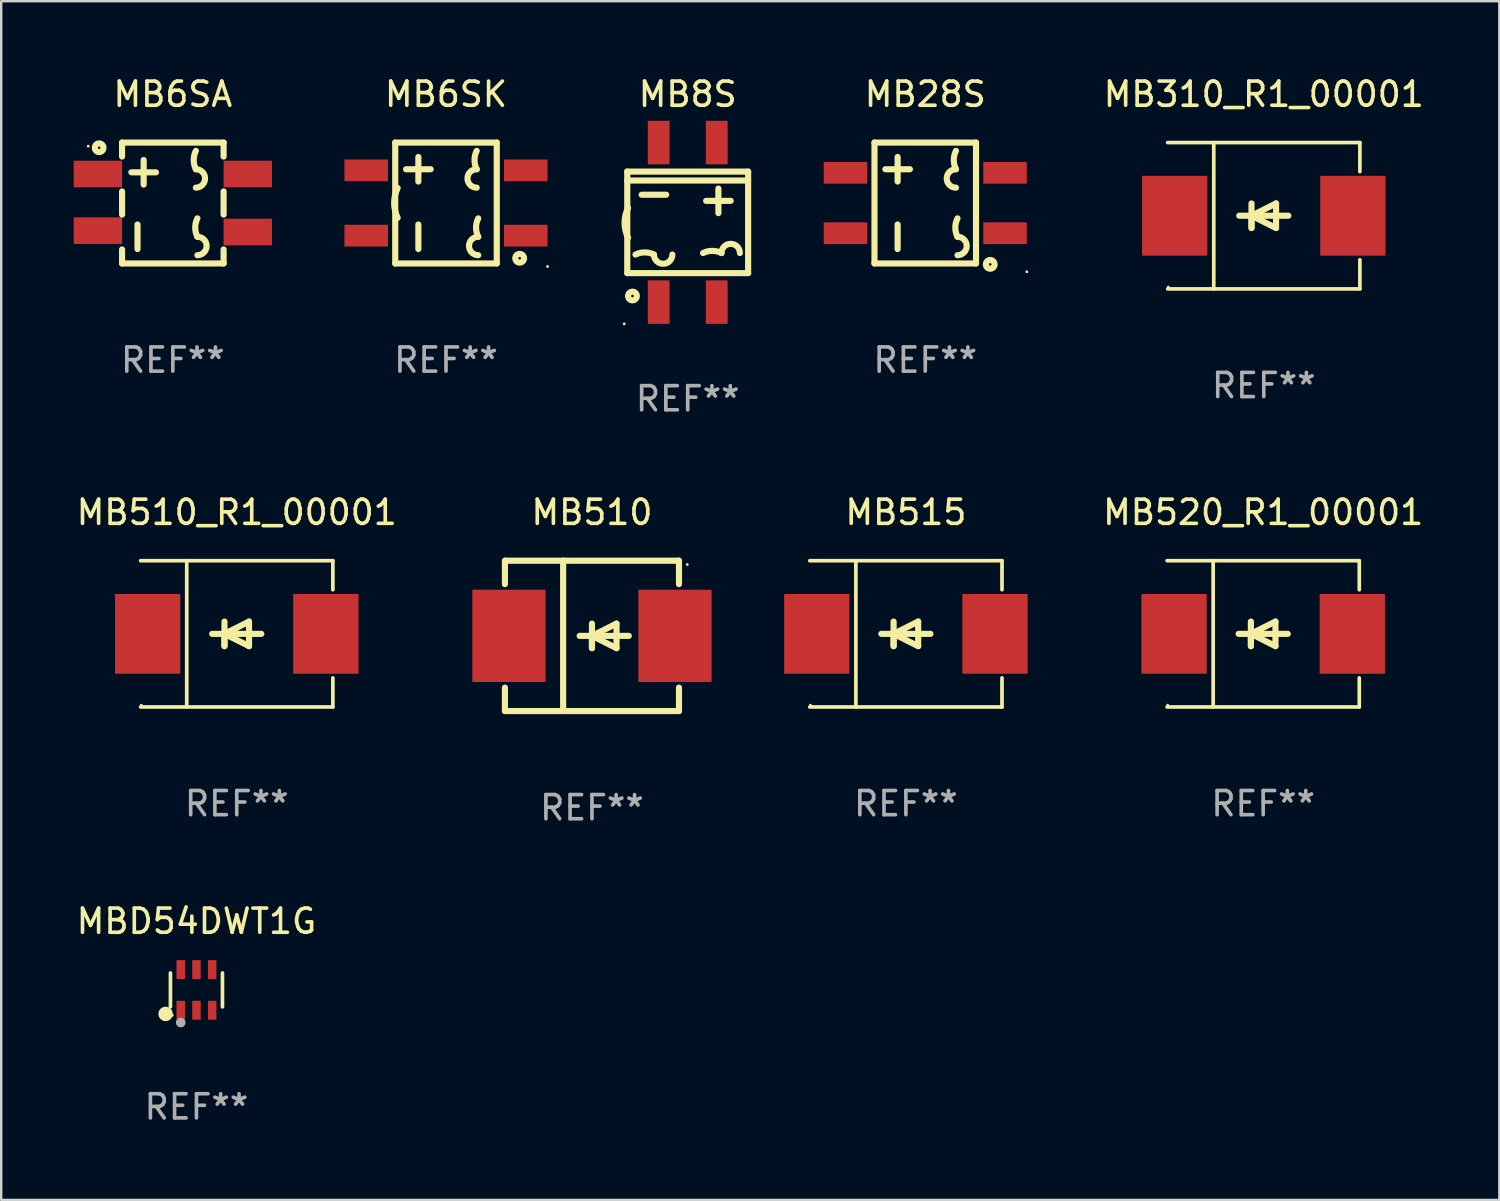
<source format=kicad_pcb>
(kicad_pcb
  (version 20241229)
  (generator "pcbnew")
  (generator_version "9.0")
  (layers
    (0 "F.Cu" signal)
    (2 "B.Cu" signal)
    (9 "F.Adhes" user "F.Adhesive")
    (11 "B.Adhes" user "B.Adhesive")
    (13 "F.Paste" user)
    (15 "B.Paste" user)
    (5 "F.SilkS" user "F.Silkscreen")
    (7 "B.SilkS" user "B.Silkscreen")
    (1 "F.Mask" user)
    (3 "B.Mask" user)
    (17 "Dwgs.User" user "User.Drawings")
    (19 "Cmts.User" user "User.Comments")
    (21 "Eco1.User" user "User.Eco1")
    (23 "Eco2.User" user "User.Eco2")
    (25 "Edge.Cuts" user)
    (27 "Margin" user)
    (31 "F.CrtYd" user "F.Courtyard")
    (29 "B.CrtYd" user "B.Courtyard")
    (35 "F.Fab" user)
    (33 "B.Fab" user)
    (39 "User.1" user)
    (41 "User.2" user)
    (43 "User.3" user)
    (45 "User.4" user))
  (footprint "MB310_R1_00001"
    (layer "F.Cu")
    (at 49.23 5.874)
    (property "Reference" "MB310_R1_00001" (at 0 -5.026 0) (layer "F.SilkS") (effects (font (size 1 1) (thickness 0.15))))
    (attr through_hole)
    (fp_line (start -3.976 -3.026) (end 3.976 -3.026) (stroke (width 0.152) (type solid)) (layer "F.SilkS"))
    (fp_line (start -3.976 3.026) (end 3.976 3.026) (stroke (width 0.152) (type solid)) (layer "F.SilkS"))
    (fp_line (start -2.069 -3.026) (end -2.069 3.026) (stroke (width 0.152) (type solid)) (layer "F.SilkS"))
    (fp_line (start -0.508 0) (end -0.508 0.508) (stroke (width 0.254) (type solid)) (layer "F.SilkS"))
    (fp_line (start -0.508 0) (end 0.508 0.508) (stroke (width 0.254) (type solid)) (layer "F.SilkS"))
    (fp_line (start -0.508 0.508) (end -0.508 -0.508) (stroke (width 0.254) (type solid)) (layer "F.SilkS"))
    (fp_line (start 0.508 -0.508) (end -0.508 0) (stroke (width 0.254) (type solid)) (layer "F.SilkS"))
    (fp_line (start 0.508 0.508) (end 0.508 -0.508) (stroke (width 0.254) (type solid)) (layer "F.SilkS"))
    (fp_line (start 1.016 0) (end -1.016 0) (stroke (width 0.254) (type solid)) (layer "F.SilkS"))
    (fp_line (start 3.976 -3.026) (end 3.976 -1.823) (stroke (width 0.152) (type solid)) (layer "F.SilkS"))
    (fp_line (start 3.976 3.026) (end 3.976 1.823) (stroke (width 0.152) (type solid)) (layer "F.SilkS"))
    (fp_circle (center -3.95 2.95) (end -3.92 2.95) (stroke (width 0.06) (type solid)) (fill no) (layer "F.SilkS"))
    (fp_text user "REF**" (at 0 7.026 0) (layer "F.Fab") (effects (font (size 1 1) (thickness 0.15))))
    (pad "1" smd rect (at -3.686 0) (size 2.7 3.3) (layers "F.Cu" "F.Mask" "F.Paste"))
    (pad "2" smd rect (at 3.686 0) (size 2.7 3.3) (layers "F.Cu" "F.Mask" "F.Paste")))
  (footprint "MB510_R1_00001"
    (layer "F.Cu")
    (at 6.744 23.171)
    (property "Reference" "MB510_R1_00001" (at 0 -5.026 0) (layer "F.SilkS") (effects (font (size 1 1) (thickness 0.15))))
    (attr through_hole)
    (fp_line (start -3.976 -3.026) (end 3.976 -3.026) (stroke (width 0.152) (type solid)) (layer "F.SilkS"))
    (fp_line (start -3.976 3.026) (end 3.976 3.026) (stroke (width 0.152) (type solid)) (layer "F.SilkS"))
    (fp_line (start -2.069 -3.026) (end -2.069 3.026) (stroke (width 0.152) (type solid)) (layer "F.SilkS"))
    (fp_line (start -0.508 0) (end -0.508 0.508) (stroke (width 0.254) (type solid)) (layer "F.SilkS"))
    (fp_line (start -0.508 0) (end 0.508 0.508) (stroke (width 0.254) (type solid)) (layer "F.SilkS"))
    (fp_line (start -0.508 0.508) (end -0.508 -0.508) (stroke (width 0.254) (type solid)) (layer "F.SilkS"))
    (fp_line (start 0.508 -0.508) (end -0.508 0) (stroke (width 0.254) (type solid)) (layer "F.SilkS"))
    (fp_line (start 0.508 0.508) (end 0.508 -0.508) (stroke (width 0.254) (type solid)) (layer "F.SilkS"))
    (fp_line (start 1.016 0) (end -1.016 0) (stroke (width 0.254) (type solid)) (layer "F.SilkS"))
    (fp_line (start 3.976 -3.026) (end 3.976 -1.823) (stroke (width 0.152) (type solid)) (layer "F.SilkS"))
    (fp_line (start 3.976 3.026) (end 3.976 1.823) (stroke (width 0.152) (type solid)) (layer "F.SilkS"))
    (fp_circle (center -3.95 2.95) (end -3.92 2.95) (stroke (width 0.06) (type solid)) (fill no) (layer "F.SilkS"))
    (fp_text user "REF**" (at 0 7.026 0) (layer "F.Fab") (effects (font (size 1 1) (thickness 0.15))))
    (pad "1" smd rect (at -3.686 0) (size 2.7 3.3) (layers "F.Cu" "F.Mask" "F.Paste"))
    (pad "2" smd rect (at 3.686 0) (size 2.7 3.3) (layers "F.Cu" "F.Mask" "F.Paste")))
  (footprint "MB6SK"
    (layer "F.Cu")
    (at 15.4 5.348)
    (property "Reference" "MB6SK" (at 0 -4.5 0) (layer "F.SilkS") (effects (font (size 1 1) (thickness 0.15))))
    (attr through_hole)
    (fp_line (start -2.1 -2.5) (end 2.1 -2.5) (stroke (width 0.254) (type solid)) (layer "F.SilkS"))
    (fp_line (start -2.1 2.5) (end -2.1 -2.5) (stroke (width 0.254) (type solid)) (layer "F.SilkS"))
    (fp_line (start -2.1 2.5) (end 2.1 2.5) (stroke (width 0.254) (type solid)) (layer "F.SilkS"))
    (fp_line (start -1.651 -1.397) (end -0.635 -1.397) (stroke (width 0.254) (type solid)) (layer "F.SilkS"))
    (fp_line (start -1.143 -0.889) (end -1.143 -1.905) (stroke (width 0.254) (type solid)) (layer "F.SilkS"))
    (fp_line (start -1.143 1.905) (end -1.143 0.889) (stroke (width 0.254) (type solid)) (layer "F.SilkS"))
    (fp_line (start 2.1 -2.5) (end 2.1 2.5) (stroke (width 0.254) (type solid)) (layer "F.SilkS"))
    (fp_arc (start -2 0.610593) (mid -2.144845 -0.004051) (end -2 -0.618694) (stroke (width 0.254001) (type solid)) (layer "F.SilkS"))
    (fp_arc (start 1.270003 -1.396978) (mid 1.180061 -1.777978) (end 1.270003 -2.158979) (stroke (width 0.254001) (type solid)) (layer "F.SilkS"))
    (fp_arc (start 1.270003 -0.634976) (mid 0.889002 -1.015977) (end 1.270003 -1.396978) (stroke (width 0.254001) (type solid)) (layer "F.SilkS"))
    (fp_arc (start 1.333503 1.397028) (mid 1.243561 1.016027) (end 1.333503 0.635027) (stroke (width 0.254001) (type solid)) (layer "F.SilkS"))
    (fp_arc (start 1.333503 2.15903) (mid 0.952502 1.778029) (end 1.333503 1.397028) (stroke (width 0.254001) (type solid)) (layer "F.SilkS"))
    (fp_circle (center 3.048 2.286) (end 3.228 2.286) (stroke (width 0.254) (type solid)) (fill no) (layer "F.SilkS"))
    (fp_circle (center 4.2 2.627) (end 4.23 2.627) (stroke (width 0.06) (type solid)) (fill no) (layer "F.SilkS"))
    (fp_text user "REF**" (at 0 6.5 0) (layer "F.Fab") (effects (font (size 1 1) (thickness 0.15))))
    (pad "1" smd rect (at 3.3 1.35 90) (size 0.9 1.8) (layers "F.Cu" "F.Mask" "F.Paste"))
    (pad "2" smd rect (at 3.3 -1.35 90) (size 0.9 1.8) (layers "F.Cu" "F.Mask" "F.Paste"))
    (pad "3" smd rect (at -3.3 -1.35 90) (size 0.9 1.8) (layers "F.Cu" "F.Mask" "F.Paste"))
    (pad "4" smd rect (at -3.3 1.35 90) (size 0.9 1.8) (layers "F.Cu" "F.Mask" "F.Paste")))
  (footprint "MB6SA"
    (layer "F.Cu")
    (at 4.1 5.348)
    (property "Reference" "MB6SA" (at 0 -4.5 0) (layer "F.SilkS") (effects (font (size 1 1) (thickness 0.15))))
    (attr through_hole)
    (fp_line (start -2.1 -2.5) (end -2.1 -1.921) (stroke (width 0.254) (type solid)) (layer "F.SilkS"))
    (fp_line (start -2.1 -0.479) (end -2.1 0.479) (stroke (width 0.254) (type solid)) (layer "F.SilkS"))
    (fp_line (start -2.1 1.921) (end -2.1 2.5) (stroke (width 0.254) (type solid)) (layer "F.SilkS"))
    (fp_line (start -1.715 -1.27) (end -0.699 -1.27) (stroke (width 0.254) (type solid)) (layer "F.SilkS"))
    (fp_line (start -1.461 1.905) (end -1.461 0.889) (stroke (width 0.254) (type solid)) (layer "F.SilkS"))
    (fp_line (start -1.207 -0.762) (end -1.207 -1.778) (stroke (width 0.254) (type solid)) (layer "F.SilkS"))
    (fp_line (start 2.1 -2.5) (end -2.1 -2.5) (stroke (width 0.254) (type solid)) (layer "F.SilkS"))
    (fp_line (start 2.1 -2.5) (end 2.1 -1.921) (stroke (width 0.254) (type solid)) (layer "F.SilkS"))
    (fp_line (start 2.1 -0.479) (end 2.1 0.479) (stroke (width 0.254) (type solid)) (layer "F.SilkS"))
    (fp_line (start 2.1 1.921) (end 2.1 2.5) (stroke (width 0.254) (type solid)) (layer "F.SilkS"))
    (fp_line (start 2.1 2.5) (end -2.1 2.5) (stroke (width 0.254) (type solid)) (layer "F.SilkS"))
    (fp_arc (start 0.952375 -1.396927) (mid 0.862433 -1.777927) (end 0.952375 -2.158928) (stroke (width 0.254001) (type solid)) (layer "F.SilkS"))
    (fp_arc (start 0.952375 -1.396927) (mid 1.333376 -1.015926) (end 0.952375 -0.634925) (stroke (width 0.254001) (type solid)) (layer "F.SilkS"))
    (fp_arc (start 1.015875 1.397079) (mid 0.925933 1.016078) (end 1.015875 0.635077) (stroke (width 0.254001) (type solid)) (layer "F.SilkS"))
    (fp_arc (start 1.015875 1.397079) (mid 1.396876 1.77808) (end 1.015875 2.159081) (stroke (width 0.254001) (type solid)) (layer "F.SilkS"))
    (fp_circle (center -3.5 -2.35) (end -3.47 -2.35) (stroke (width 0.06) (type solid)) (fill no) (layer "F.SilkS"))
    (fp_circle (center -3.048 -2.286) (end -2.869 -2.286) (stroke (width 0.254) (type solid)) (fill no) (layer "F.SilkS"))
    (fp_text user "REF**" (at 0 6.5 0) (layer "F.Fab") (effects (font (size 1 1) (thickness 0.15))))
    (pad "1" smd rect (at -3.1 -1.2) (size 2 1.1) (layers "F.Cu" "F.Mask" "F.Paste"))
    (pad "2" smd rect (at -3.1 1.143) (size 2 1.1) (layers "F.Cu" "F.Mask" "F.Paste"))
    (pad "3" smd rect (at 3.1 1.2) (size 2 1.1) (layers "F.Cu" "F.Mask" "F.Paste"))
    (pad "4" smd rect (at 3.1 -1.2) (size 2 1.1) (layers "F.Cu" "F.Mask" "F.Paste")))
  (footprint "MBD54DWT1G"
    (layer "F.Cu")
    (at 5.077 37.901)
    (property "Reference" "MBD54DWT1G" (at 0 -2.84 0) (layer "F.SilkS") (effects (font (size 1 1) (thickness 0.15))))
    (attr through_hole)
    (fp_line (start -1.076 0.701) (end -1.076 -0.701) (stroke (width 0.152) (type solid)) (layer "F.SilkS"))
    (fp_line (start 1.076 0.701) (end 1.076 -0.701) (stroke (width 0.152) (type solid)) (layer "F.SilkS"))
    (fp_circle (center -1.277 0.992) (end -1.127 0.992) (stroke (width 0.3) (type solid)) (fill no) (layer "F.SilkS"))
    (fp_circle (center -1 1.05) (end -0.97 1.05) (stroke (width 0.06) (type solid)) (fill no) (layer "F.SilkS"))
    (fp_circle (center -0.65 1.35) (end -0.55 1.35) (stroke (width 0.2) (type solid)) (fill no) (layer "F.Fab"))
    (fp_text user "REF**" (at 0 4.84 0) (layer "F.Fab") (effects (font (size 1 1) (thickness 0.15))))
    (pad "1" smd rect (at -0.65 0.84) (size 0.35 0.78) (layers "F.Cu" "F.Mask" "F.Paste"))
    (pad "2" smd rect (at 0 0.84) (size 0.35 0.78) (layers "F.Cu" "F.Mask" "F.Paste"))
    (pad "3" smd rect (at 0.65 0.84) (size 0.35 0.78) (layers "F.Cu" "F.Mask" "F.Paste"))
    (pad "4" smd rect (at 0.65 -0.84) (size 0.35 0.78) (layers "F.Cu" "F.Mask" "F.Paste"))
    (pad "5" smd rect (at 0 -0.84) (size 0.35 0.78) (layers "F.Cu" "F.Mask" "F.Paste"))
    (pad "6" smd rect (at -0.65 -0.84) (size 0.35 0.78) (layers "F.Cu" "F.Mask" "F.Paste")))
  (footprint "MB510"
    (layer "F.Cu")
    (at 21.438 23.255)
    (property "Reference" "MB510" (at 0 -5.11 0) (layer "F.SilkS") (effects (font (size 1 1) (thickness 0.15))))
    (attr through_hole)
    (fp_line (start -3.6 -3.11) (end -3.6 -2.141) (stroke (width 0.254) (type solid)) (layer "F.SilkS"))
    (fp_line (start -3.6 -3.11) (end 3.6 -3.11) (stroke (width 0.254) (type solid)) (layer "F.SilkS"))
    (fp_line (start -3.6 2.141) (end -3.6 3.11) (stroke (width 0.254) (type solid)) (layer "F.SilkS"))
    (fp_line (start -3.6 3.11) (end 3.6 3.11) (stroke (width 0.254) (type solid)) (layer "F.SilkS"))
    (fp_line (start -1.192 -3.11) (end -1.192 3.11) (stroke (width 0.254) (type solid)) (layer "F.SilkS"))
    (fp_line (start 0 0) (end 0 0.508) (stroke (width 0.254) (type solid)) (layer "F.SilkS"))
    (fp_line (start 0 0) (end 1.016 0.508) (stroke (width 0.254) (type solid)) (layer "F.SilkS"))
    (fp_line (start 0 0.508) (end 0 -0.508) (stroke (width 0.254) (type solid)) (layer "F.SilkS"))
    (fp_line (start 1.016 -0.508) (end 0 0) (stroke (width 0.254) (type solid)) (layer "F.SilkS"))
    (fp_line (start 1.016 0.508) (end 1.016 -0.508) (stroke (width 0.254) (type solid)) (layer "F.SilkS"))
    (fp_line (start 1.524 0) (end -0.508 0) (stroke (width 0.254) (type solid)) (layer "F.SilkS"))
    (fp_line (start 3.6 -3.11) (end 3.6 -2.141) (stroke (width 0.254) (type solid)) (layer "F.SilkS"))
    (fp_line (start 3.6 2.141) (end 3.6 3.11) (stroke (width 0.254) (type solid)) (layer "F.SilkS"))
    (fp_circle (center 3.943 -2.952) (end 3.973 -2.952) (stroke (width 0.06) (type solid)) (fill no) (layer "F.SilkS"))
    (fp_text user "REF**" (at 0 7.11 0) (layer "F.Fab") (effects (font (size 1 1) (thickness 0.15))))
    (pad "1" smd rect (at 3.435 0 180) (size 3.03 3.82) (layers "F.Cu" "F.Mask" "F.Paste"))
    (pad "2" smd rect (at -3.435 0 180) (size 3.03 3.82) (layers "F.Cu" "F.Mask" "F.Paste")))
  (footprint "MB520_R1_00001"
    (layer "F.Cu")
    (at 49.205 23.171)
    (property "Reference" "MB520_R1_00001" (at 0 -5.026 0) (layer "F.SilkS") (effects (font (size 1 1) (thickness 0.15))))
    (attr through_hole)
    (fp_line (start -3.976 -3.026) (end 3.976 -3.026) (stroke (width 0.152) (type solid)) (layer "F.SilkS"))
    (fp_line (start -3.976 3.026) (end 3.976 3.026) (stroke (width 0.152) (type solid)) (layer "F.SilkS"))
    (fp_line (start -2.069 -3.026) (end -2.069 3.026) (stroke (width 0.152) (type solid)) (layer "F.SilkS"))
    (fp_line (start -0.508 0) (end -0.508 0.508) (stroke (width 0.254) (type solid)) (layer "F.SilkS"))
    (fp_line (start -0.508 0) (end 0.508 0.508) (stroke (width 0.254) (type solid)) (layer "F.SilkS"))
    (fp_line (start -0.508 0.508) (end -0.508 -0.508) (stroke (width 0.254) (type solid)) (layer "F.SilkS"))
    (fp_line (start 0.508 -0.508) (end -0.508 0) (stroke (width 0.254) (type solid)) (layer "F.SilkS"))
    (fp_line (start 0.508 0.508) (end 0.508 -0.508) (stroke (width 0.254) (type solid)) (layer "F.SilkS"))
    (fp_line (start 1.016 0) (end -1.016 0) (stroke (width 0.254) (type solid)) (layer "F.SilkS"))
    (fp_line (start 3.976 -3.026) (end 3.976 -1.823) (stroke (width 0.152) (type solid)) (layer "F.SilkS"))
    (fp_line (start 3.976 3.026) (end 3.976 1.823) (stroke (width 0.152) (type solid)) (layer "F.SilkS"))
    (fp_circle (center -3.95 2.95) (end -3.92 2.95) (stroke (width 0.06) (type solid)) (fill no) (layer "F.SilkS"))
    (fp_text user "REF**" (at 0 7.026 0) (layer "F.Fab") (effects (font (size 1 1) (thickness 0.15))))
    (pad "1" smd rect (at -3.686 0) (size 2.7 3.3) (layers "F.Cu" "F.Mask" "F.Paste"))
    (pad "2" smd rect (at 3.686 0) (size 2.7 3.3) (layers "F.Cu" "F.Mask" "F.Paste")))
  (footprint "MB515"
    (layer "F.Cu")
    (at 34.425 23.171)
    (property "Reference" "MB515" (at 0 -5.026 0) (layer "F.SilkS") (effects (font (size 1 1) (thickness 0.15))))
    (attr through_hole)
    (fp_line (start -3.976 -3.026) (end 3.976 -3.026) (stroke (width 0.152) (type solid)) (layer "F.SilkS"))
    (fp_line (start -3.976 3.026) (end 3.976 3.026) (stroke (width 0.152) (type solid)) (layer "F.SilkS"))
    (fp_line (start -2.069 -3.026) (end -2.069 3.026) (stroke (width 0.152) (type solid)) (layer "F.SilkS"))
    (fp_line (start -0.508 0) (end -0.508 0.508) (stroke (width 0.254) (type solid)) (layer "F.SilkS"))
    (fp_line (start -0.508 0) (end 0.508 0.508) (stroke (width 0.254) (type solid)) (layer "F.SilkS"))
    (fp_line (start -0.508 0.508) (end -0.508 -0.508) (stroke (width 0.254) (type solid)) (layer "F.SilkS"))
    (fp_line (start 0.508 -0.508) (end -0.508 0) (stroke (width 0.254) (type solid)) (layer "F.SilkS"))
    (fp_line (start 0.508 0.508) (end 0.508 -0.508) (stroke (width 0.254) (type solid)) (layer "F.SilkS"))
    (fp_line (start 1.016 0) (end -1.016 0) (stroke (width 0.254) (type solid)) (layer "F.SilkS"))
    (fp_line (start 3.976 -3.026) (end 3.976 -1.823) (stroke (width 0.152) (type solid)) (layer "F.SilkS"))
    (fp_line (start 3.976 3.026) (end 3.976 1.823) (stroke (width 0.152) (type solid)) (layer "F.SilkS"))
    (fp_circle (center -3.95 2.95) (end -3.92 2.95) (stroke (width 0.06) (type solid)) (fill no) (layer "F.SilkS"))
    (fp_text user "REF**" (at 0 7.026 0) (layer "F.Fab") (effects (font (size 1 1) (thickness 0.15))))
    (pad "1" smd rect (at -3.686 0) (size 2.7 3.3) (layers "F.Cu" "F.Mask" "F.Paste"))
    (pad "2" smd rect (at 3.686 0) (size 2.7 3.3) (layers "F.Cu" "F.Mask" "F.Paste")))
  (footprint "MB28S"
    (layer "F.Cu")
    (at 35.226 5.348)
    (property "Reference" "MB28S" (at 0 -4.5 0) (layer "F.SilkS") (effects (font (size 1 1) (thickness 0.15))))
    (attr through_hole)
    (fp_line (start -2.1 -2.5) (end 2.1 -2.5) (stroke (width 0.254) (type solid)) (layer "F.SilkS"))
    (fp_line (start -2.1 2.5) (end -2.1 -2.5) (stroke (width 0.254) (type solid)) (layer "F.SilkS"))
    (fp_line (start -2.1 2.5) (end 2.1 2.5) (stroke (width 0.254) (type solid)) (layer "F.SilkS"))
    (fp_line (start -1.651 -1.397) (end -0.635 -1.397) (stroke (width 0.254) (type solid)) (layer "F.SilkS"))
    (fp_line (start -1.143 -0.889) (end -1.143 -1.905) (stroke (width 0.254) (type solid)) (layer "F.SilkS"))
    (fp_line (start -1.143 1.905) (end -1.143 0.889) (stroke (width 0.254) (type solid)) (layer "F.SilkS"))
    (fp_line (start 2.1 -2.5) (end 2.1 2.5) (stroke (width 0.254) (type solid)) (layer "F.SilkS"))
    (fp_arc (start 1.270003 -1.396902) (mid 1.180061 -1.777902) (end 1.270003 -2.158903) (stroke (width 0.254001) (type solid)) (layer "F.SilkS"))
    (fp_arc (start 1.270003 -0.6349) (mid 0.889003 -1.0159) (end 1.270003 -1.3969) (stroke (width 0.254001) (type solid)) (layer "F.SilkS"))
    (fp_arc (start 1.333503 1.397104) (mid 1.243561 1.016104) (end 1.333503 0.635103) (stroke (width 0.254001) (type solid)) (layer "F.SilkS"))
    (fp_arc (start 1.333503 1.397104) (mid 1.714504 1.778105) (end 1.333503 2.159106) (stroke (width 0.254001) (type solid)) (layer "F.SilkS"))
    (fp_circle (center 2.687 2.538) (end 2.867 2.538) (stroke (width 0.254) (type solid)) (fill no) (layer "F.SilkS"))
    (fp_circle (center 4.2 2.845) (end 4.23 2.845) (stroke (width 0.06) (type solid)) (fill no) (layer "F.SilkS"))
    (fp_text user "REF**" (at 0 6.5 0) (layer "F.Fab") (effects (font (size 1 1) (thickness 0.15))))
    (pad "1" smd rect (at 3.3 1.25 270) (size 0.9 1.8) (layers "F.Cu" "F.Mask" "F.Paste"))
    (pad "2" smd rect (at 3.3 -1.25 270) (size 0.9 1.8) (layers "F.Cu" "F.Mask" "F.Paste"))
    (pad "3" smd rect (at -3.3 -1.25 270) (size 0.9 1.8) (layers "F.Cu" "F.Mask" "F.Paste"))
    (pad "4" smd rect (at -3.3 1.25 270) (size 0.9 1.8) (layers "F.Cu" "F.Mask" "F.Paste")))
  (footprint "MB8S"
    (layer "F.Cu")
    (at 25.399 6.148)
    (property "Reference" "MB8S" (at 0 -5.3 0) (layer "F.SilkS") (effects (font (size 1 1) (thickness 0.15))))
    (attr through_hole)
    (fp_line (start -2.5 -2.1) (end -2.5 2.1) (stroke (width 0.254) (type solid)) (layer "F.SilkS"))
    (fp_line (start -2.5 -2.1) (end 2.5 -2.1) (stroke (width 0.254) (type solid)) (layer "F.SilkS"))
    (fp_line (start -2.5 -1.729) (end 2.5 -1.729) (stroke (width 0.254) (type solid)) (layer "F.SilkS"))
    (fp_line (start -1.905 -1.143) (end -0.889 -1.143) (stroke (width 0.254) (type solid)) (layer "F.SilkS"))
    (fp_line (start 0.762 -0.889) (end 1.778 -0.889) (stroke (width 0.254) (type solid)) (layer "F.SilkS"))
    (fp_line (start 1.27 -1.397) (end 1.27 -0.381) (stroke (width 0.254) (type solid)) (layer "F.SilkS"))
    (fp_line (start 2.5 -2.1) (end 2.5 2.1) (stroke (width 0.254) (type solid)) (layer "F.SilkS"))
    (fp_line (start 2.5 2.1) (end -2.5 2.1) (stroke (width 0.254) (type solid)) (layer "F.SilkS"))
    (fp_arc (start -2.46764 0.634671) (mid -2.612485 0.020028) (end -2.46764 -0.594615) (stroke (width 0.254001) (type solid)) (layer "F.SilkS"))
    (fp_arc (start -2.15903 1.333503) (mid -1.778029 1.243561) (end -1.397029 1.333503) (stroke (width 0.254001) (type solid)) (layer "F.SilkS"))
    (fp_arc (start -0.635027 1.333503) (mid -1.016027 1.714503) (end -1.397027 1.333503) (stroke (width 0.254001) (type solid)) (layer "F.SilkS"))
    (fp_arc (start 0.634976 1.270003) (mid 1.015977 1.180061) (end 1.396977 1.270003) (stroke (width 0.254001) (type solid)) (layer "F.SilkS"))
    (fp_arc (start 1.396977 1.270003) (mid 1.777978 0.889002) (end 2.158979 1.270003) (stroke (width 0.254001) (type solid)) (layer "F.SilkS"))
    (fp_circle (center -2.627 4.2) (end -2.597 4.2) (stroke (width 0.06) (type solid)) (fill no) (layer "F.SilkS"))
    (fp_circle (center -2.286 3.048) (end -2.106 3.048) (stroke (width 0.254) (type solid)) (fill no) (layer "F.SilkS"))
    (fp_text user "REF**" (at 0 7.3 0) (layer "F.Fab") (effects (font (size 1 1) (thickness 0.15))))
    (pad "1" smd rect (at -1.2 3.3) (size 0.9 1.8) (layers "F.Cu" "F.Mask" "F.Paste"))
    (pad "2" smd rect (at 1.2 3.3) (size 0.9 1.8) (layers "F.Cu" "F.Mask" "F.Paste"))
    (pad "3" smd rect (at 1.2 -3.3) (size 0.9 1.8) (layers "F.Cu" "F.Mask" "F.Paste"))
    (pad "4" smd rect (at -1.2 -3.3) (size 0.9 1.8) (layers "F.Cu" "F.Mask" "F.Paste")))
  (gr_rect
    (start -3 -3)
    (end 58.974 46.589)
    (stroke (width 0.1) (type default))
    (fill no)
    (layer "Edge.Cuts")))
</source>
